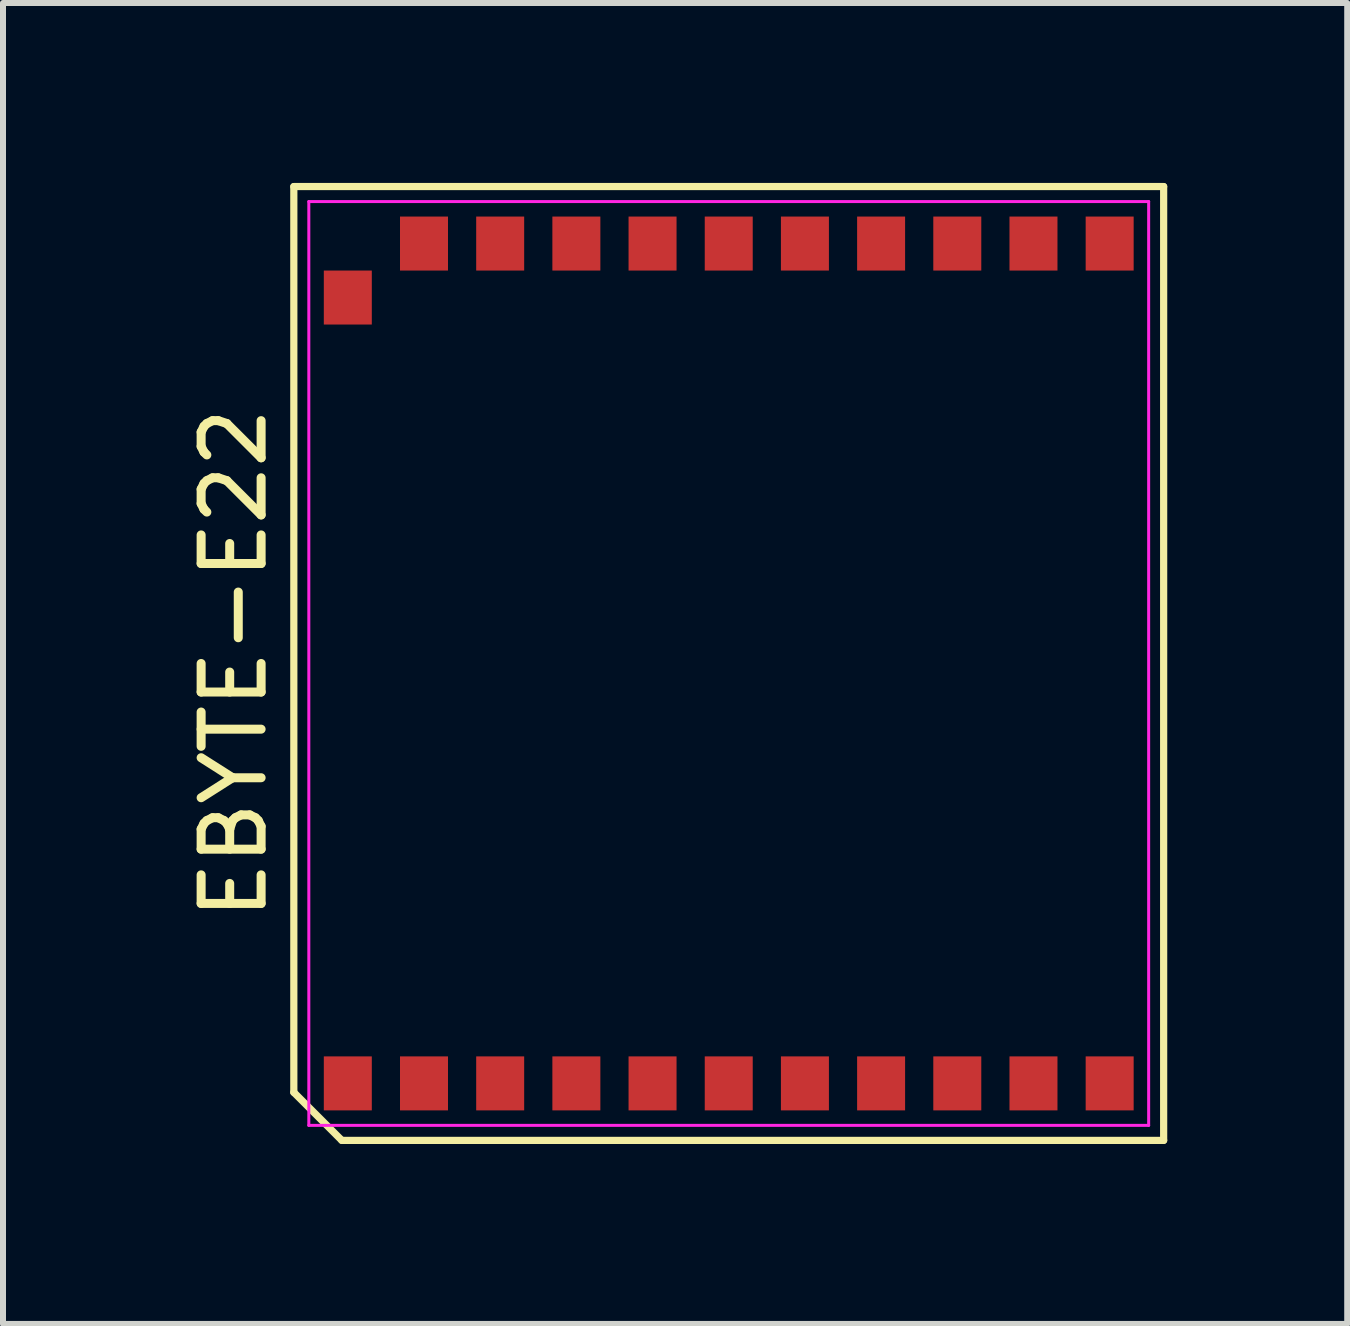
<source format=kicad_pcb>
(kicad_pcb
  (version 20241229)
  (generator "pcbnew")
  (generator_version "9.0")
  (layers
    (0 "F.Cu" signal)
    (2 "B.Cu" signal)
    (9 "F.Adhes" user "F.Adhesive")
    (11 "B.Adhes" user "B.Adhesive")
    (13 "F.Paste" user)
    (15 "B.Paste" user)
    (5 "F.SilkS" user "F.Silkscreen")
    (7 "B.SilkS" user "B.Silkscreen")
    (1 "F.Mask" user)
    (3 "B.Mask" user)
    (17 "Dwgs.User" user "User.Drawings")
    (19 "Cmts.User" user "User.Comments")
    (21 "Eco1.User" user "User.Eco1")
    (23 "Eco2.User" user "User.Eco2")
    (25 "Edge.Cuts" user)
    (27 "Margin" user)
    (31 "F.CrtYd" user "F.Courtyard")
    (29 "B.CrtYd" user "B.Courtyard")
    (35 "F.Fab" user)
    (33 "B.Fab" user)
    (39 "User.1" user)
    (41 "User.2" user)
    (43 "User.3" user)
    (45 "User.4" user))
  (footprint "EBYTE-E22"
    (layer "F.Cu")
    (at 9.098 8.01)
    (property "Reference" "EBYTE-E22" (at -8.25 0 90) (layer "F.SilkS") (effects (font (size 1 1) (thickness 0.15))))
    (attr smd)
    (fp_line (start -7.25 -7.95) (end 7.25 -7.95) (stroke (width 0.12) (type solid)) (layer "F.SilkS"))
    (fp_line (start -7.25 7.15) (end -7.25 -7.95) (stroke (width 0.12) (type solid)) (layer "F.SilkS"))
    (fp_line (start -6.45 7.95) (end -7.25 7.15) (stroke (width 0.12) (type solid)) (layer "F.SilkS"))
    (fp_line (start 7.25 -7.95) (end 7.25 7.95) (stroke (width 0.12) (type solid)) (layer "F.SilkS"))
    (fp_line (start 7.25 7.95) (end -6.45 7.95) (stroke (width 0.12) (type solid)) (layer "F.SilkS"))
    (fp_line (start -7 -7.7) (end 7 -7.7) (stroke (width 0.05) (type solid)) (layer "F.CrtYd"))
    (fp_line (start -7 7.7) (end -7 -7.7) (stroke (width 0.05) (type solid)) (layer "F.CrtYd"))
    (fp_line (start 7 -7.7) (end 7 7.7) (stroke (width 0.05) (type solid)) (layer "F.CrtYd"))
    (fp_line (start 7 7.7) (end -7 7.7) (stroke (width 0.05) (type solid)) (layer "F.CrtYd"))
    (pad "1" smd rect (at -6.35 7) (size 0.8 0.9) (layers "F.Cu" "F.Mask" "F.Paste"))
    (pad "2" smd rect (at -5.08 7) (size 0.8 0.9) (layers "F.Cu" "F.Mask" "F.Paste"))
    (pad "3" smd rect (at -3.81 7) (size 0.8 0.9) (layers "F.Cu" "F.Mask" "F.Paste"))
    (pad "4" smd rect (at -2.54 7) (size 0.8 0.9) (layers "F.Cu" "F.Mask" "F.Paste"))
    (pad "5" smd rect (at -1.27 7) (size 0.8 0.9) (layers "F.Cu" "F.Mask" "F.Paste"))
    (pad "6" smd rect (at 0 7) (size 0.8 0.9) (layers "F.Cu" "F.Mask" "F.Paste"))
    (pad "7" smd rect (at 1.27 7) (size 0.8 0.9) (layers "F.Cu" "F.Mask" "F.Paste"))
    (pad "8" smd rect (at 2.54 7) (size 0.8 0.9) (layers "F.Cu" "F.Mask" "F.Paste"))
    (pad "9" smd rect (at 3.81 7) (size 0.8 0.9) (layers "F.Cu" "F.Mask" "F.Paste"))
    (pad "10" smd rect (at 5.08 7) (size 0.8 0.9) (layers "F.Cu" "F.Mask" "F.Paste"))
    (pad "11" smd rect (at 6.35 7) (size 0.8 0.9) (layers "F.Cu" "F.Mask" "F.Paste"))
    (pad "12" smd rect (at 6.35 -7) (size 0.8 0.9) (layers "F.Cu" "F.Mask" "F.Paste"))
    (pad "13" smd rect (at 5.08 -7) (size 0.8 0.9) (layers "F.Cu" "F.Mask" "F.Paste"))
    (pad "14" smd rect (at 3.81 -7) (size 0.8 0.9) (layers "F.Cu" "F.Mask" "F.Paste"))
    (pad "15" smd rect (at 2.54 -7) (size 0.8 0.9) (layers "F.Cu" "F.Mask" "F.Paste"))
    (pad "16" smd rect (at 1.27 -7) (size 0.8 0.9) (layers "F.Cu" "F.Mask" "F.Paste"))
    (pad "17" smd rect (at 0 -7) (size 0.8 0.9) (layers "F.Cu" "F.Mask" "F.Paste"))
    (pad "18" smd rect (at -1.27 -7) (size 0.8 0.9) (layers "F.Cu" "F.Mask" "F.Paste"))
    (pad "19" smd rect (at -2.54 -7) (size 0.8 0.9) (layers "F.Cu" "F.Mask" "F.Paste"))
    (pad "20" smd rect (at -3.81 -7) (size 0.8 0.9) (layers "F.Cu" "F.Mask" "F.Paste"))
    (pad "21" smd rect (at -5.08 -7) (size 0.8 0.9) (layers "F.Cu" "F.Mask" "F.Paste"))
    (pad "22" smd rect (at -6.35 -6.1) (size 0.8 0.9) (layers "F.Cu" "F.Mask" "F.Paste")))
  (gr_rect
    (start -3 -3)
    (end 19.408 19.02)
    (stroke (width 0.1) (type default))
    (fill no)
    (layer "Edge.Cuts")))
</source>
